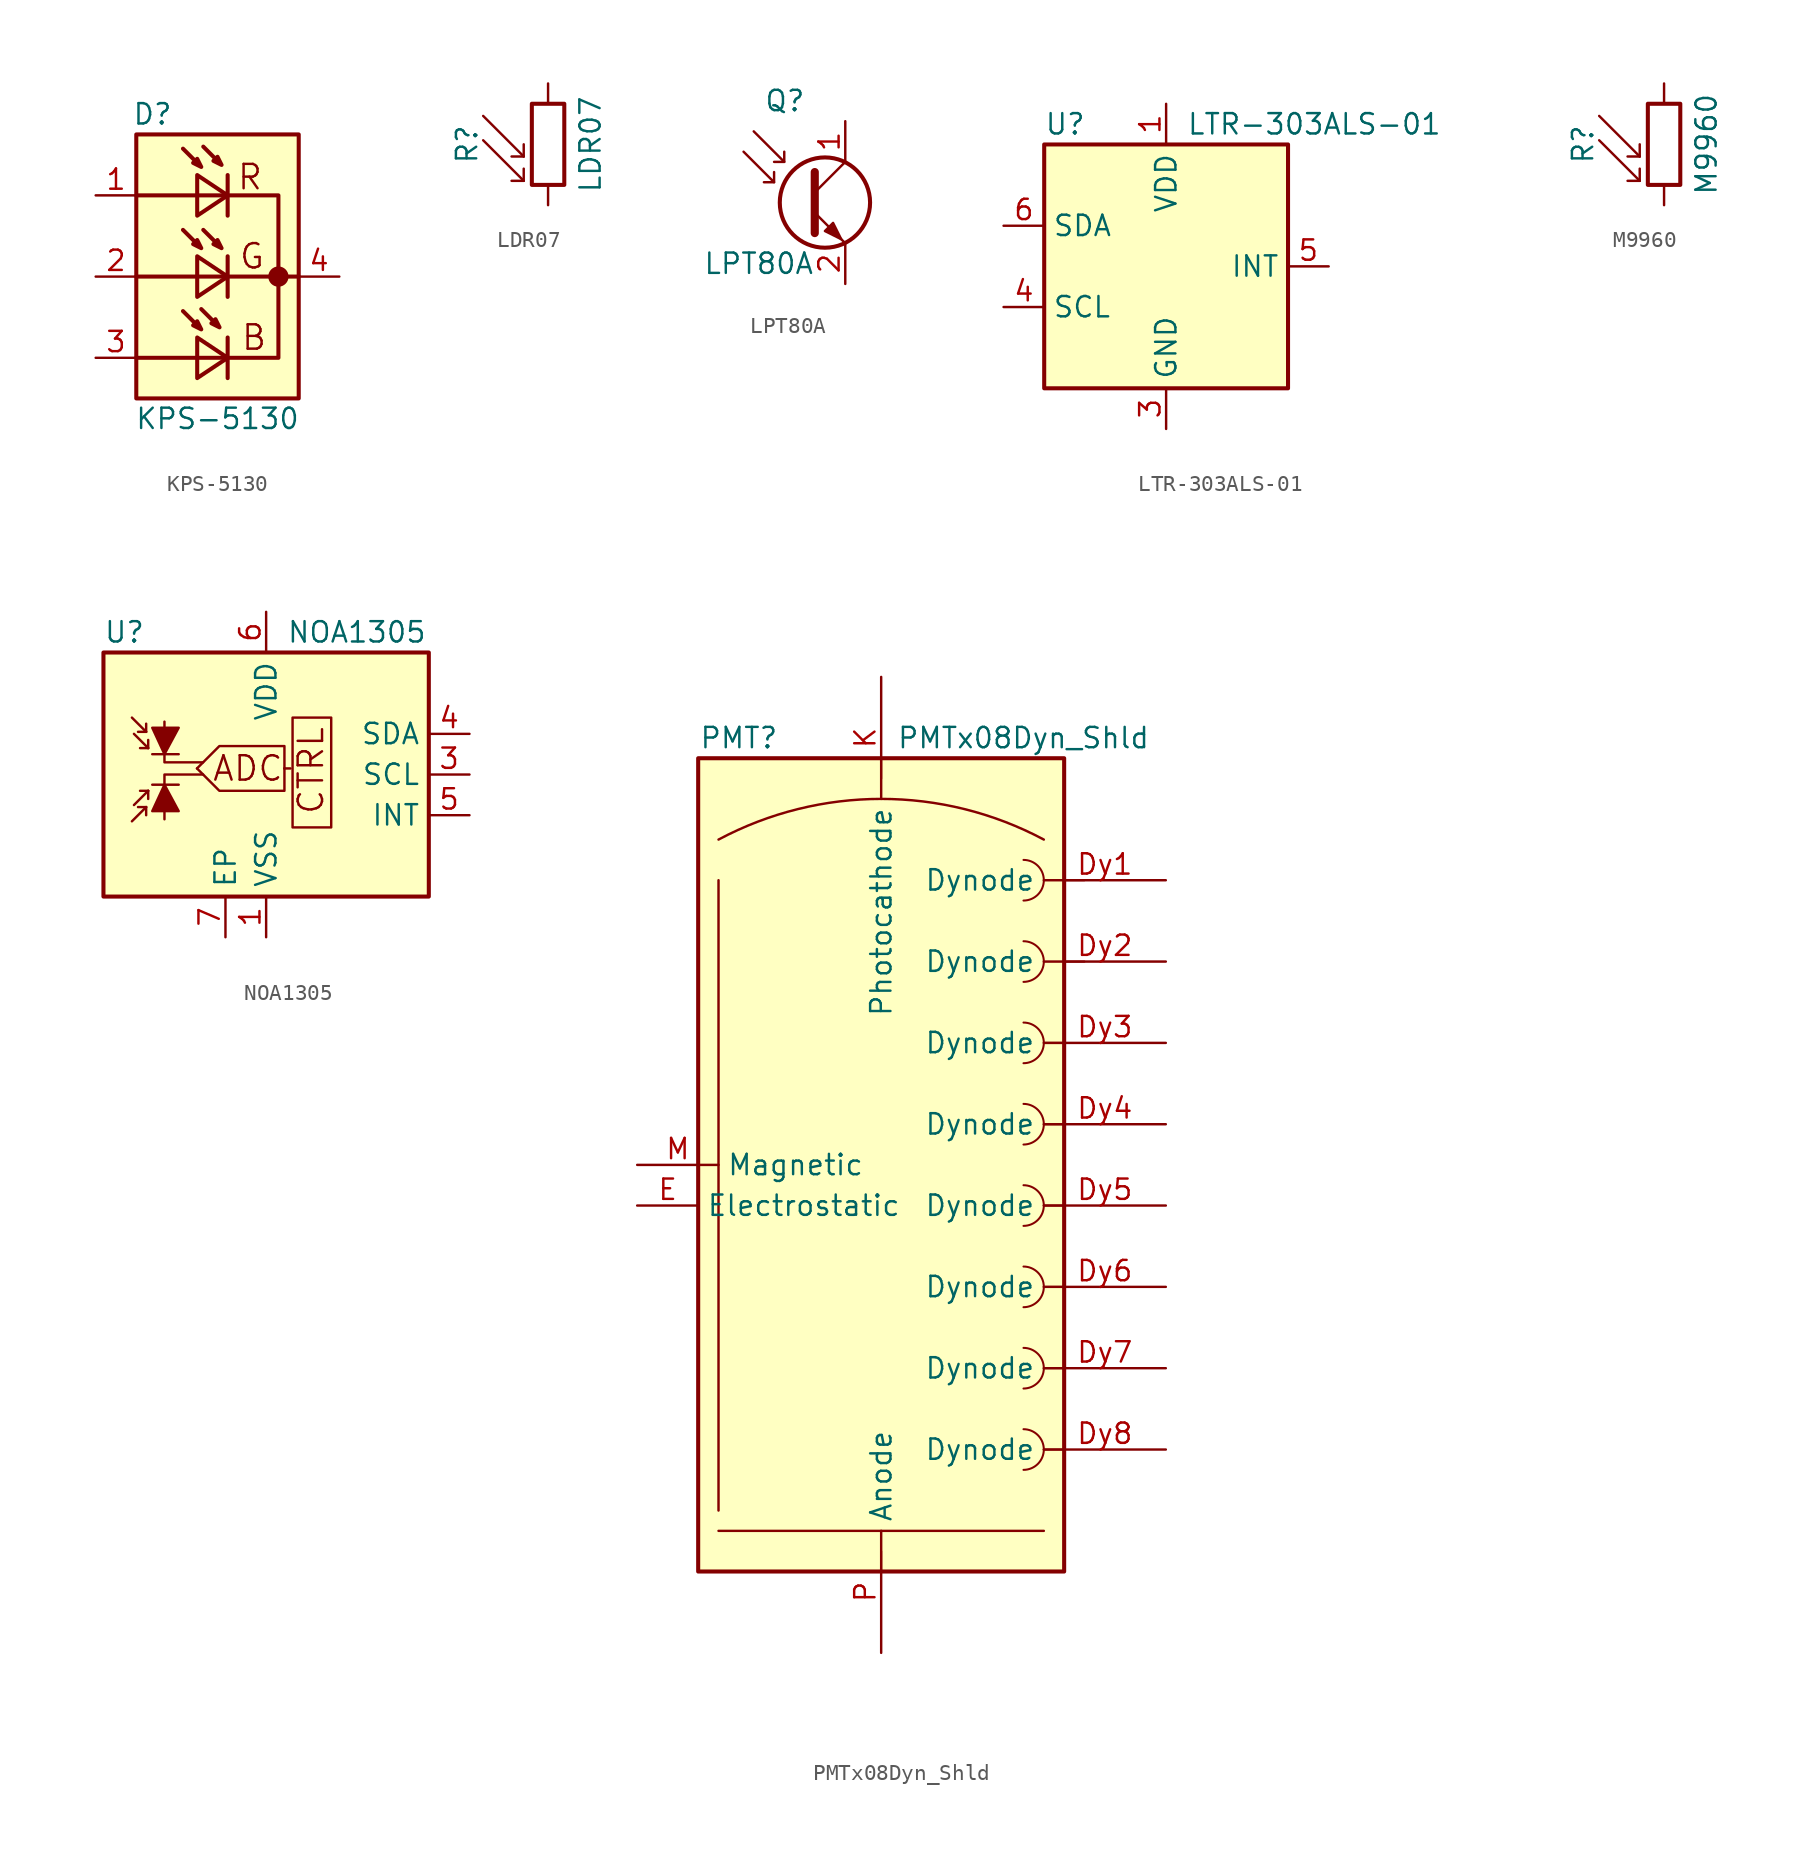
<source format=kicad_sym>
(kicad_symbol_lib
  (version 20231120)
  (generator "kicad_symbol_editor")
  (generator_version "8.0")
  (symbol "KPS-5130"
    (pin_names hide)
    (property "Reference" "D"
      (at -4.064 10.16 0)
      (effects (font (size 1.27 1.27))))
    (property "Value" "KPS-5130"
      (at 0 -8.89 0)
      (effects (font (size 1.27 1.27))))
    (symbol "KPS-5130_0_0"
      (text "B" (at 2.286 -3.81 0) (effects (font (size 1.524 1.524))))
      (text "G" (at 2.159 1.27 0) (effects (font (size 1.524 1.524))))
      (text "R" (at 2.032 6.223 0) (effects (font (size 1.524 1.524)))))
    (symbol "KPS-5130_0_1"
      (polyline (pts (xy 5.08 0) (xy -5.08 0)) (stroke (width 0.254) (type default)) (fill (type none)))
      (polyline (pts (xy -5.08 5.08) (xy 3.81 5.08) (xy 3.81 -5.08) (xy -5.08 -5.08)) (stroke (width 0.254) (type default)) (fill (type none)))
      (polyline (pts (xy -2.159 -2.159) (xy -1.016 -3.302) (xy -1.27 -2.794) (xy -1.524 -3.048) (xy -1.016 -3.302)) (stroke (width 0.254) (type default)) (fill (type none)))
      (polyline (pts (xy -2.159 2.921) (xy -1.016 1.778) (xy -1.27 2.286) (xy -1.524 2.032) (xy -1.016 1.778)) (stroke (width 0.254) (type default)) (fill (type none)))
      (polyline (pts (xy -2.159 8.001) (xy -1.016 6.858) (xy -1.27 7.366) (xy -1.524 7.112) (xy -1.016 6.858)) (stroke (width 0.254) (type default)) (fill (type none)))
      (polyline (pts (xy -1.016 -2.032) (xy 0.127 -3.175) (xy -0.127 -2.667) (xy -0.381 -2.921) (xy 0.127 -3.175)) (stroke (width 0.254) (type default)) (fill (type none)))
      (polyline (pts (xy -0.889 2.921) (xy 0.254 1.778) (xy 0 2.286) (xy -0.254 2.032) (xy 0.254 1.778)) (stroke (width 0.254) (type default)) (fill (type none)))
      (polyline (pts (xy -0.889 8.128) (xy 0.254 6.985) (xy 0 7.493) (xy -0.254 7.239) (xy 0.254 6.985)) (stroke (width 0.254) (type default)) (fill (type none)))
      (polyline (pts (xy 0.635 -3.81) (xy 0.635 -6.35) (xy 0.635 -5.08) (xy -1.27 -3.81) (xy -1.27 -6.35) (xy 0.635 -5.08)) (stroke (width 0.254) (type default)) (fill (type none)))
      (polyline (pts (xy 0.635 1.27) (xy 0.635 -1.27) (xy 0.635 0) (xy -1.27 1.27) (xy -1.27 -1.27) (xy 0.635 0)) (stroke (width 0.254) (type default)) (fill (type none)))
      (polyline (pts (xy 0.635 6.35) (xy 0.635 3.81) (xy 0.635 5.08) (xy -1.27 6.35) (xy -1.27 3.81) (xy 0.635 5.08)) (stroke (width 0.254) (type default)) (fill (type none)))
      (circle (center 3.81 0) (radius 0.508) (stroke (width 0.254) (type default)) (fill (type outline))))
    (symbol "KPS-5130_1_1"
      (rectangle (start 5.08 8.89) (end -5.08 -7.62) (stroke (width 0.254) (type default)) (fill (type background)))
      (pin passive line (at -7.62 5.08 0) (length 2.54) (name "AR" (effects (font (size 1.27 1.27)))) (number "1" (effects (font (size 1.27 1.27)))))
      (pin passive line (at -7.62 0 0) (length 2.54) (name "AG" (effects (font (size 1.27 1.27)))) (number "2" (effects (font (size 1.27 1.27)))))
      (pin passive line (at -7.62 -5.08 0) (length 2.54) (name "AB" (effects (font (size 1.27 1.27)))) (number "3" (effects (font (size 1.27 1.27)))))
      (pin passive line (at 7.62 0 180) (length 2.54) (name "C" (effects (font (size 1.27 1.27)))) (number "4" (effects (font (size 1.27 1.27)))))))
  (symbol "LDR07"
    (pin_numbers hide)
    (pin_names
      (offset 0))
    (property "Reference" "R"
      (at -5.08 0 90)
      (effects (font (size 1.27 1.27))))
    (property "Value" "LDR07"
      (at 1.905 0 90)
      (effects (font (size 1.27 1.27)) (justify top)))
    (symbol "LDR07_0_1"
      (rectangle (start -1.016 2.54) (end 1.016 -2.54) (stroke (width 0.254) (type default)) (fill (type none)))
      (polyline (pts (xy -1.524 -2.286) (xy -4.064 0.254)) (stroke (width 0) (type default)) (fill (type none)))
      (polyline (pts (xy -1.524 -2.286) (xy -2.286 -2.286)) (stroke (width 0) (type default)) (fill (type none)))
      (polyline (pts (xy -1.524 -2.286) (xy -1.524 -1.524)) (stroke (width 0) (type default)) (fill (type none)))
      (polyline (pts (xy -1.524 -0.762) (xy -4.064 1.778)) (stroke (width 0) (type default)) (fill (type none)))
      (polyline (pts (xy -1.524 -0.762) (xy -2.286 -0.762)) (stroke (width 0) (type default)) (fill (type none)))
      (polyline (pts (xy -1.524 -0.762) (xy -1.524 0)) (stroke (width 0) (type default)) (fill (type none))))
    (symbol "LDR07_1_1"
      (pin passive line (at 0 3.81 270) (length 1.27) (name "~" (effects (font (size 1.27 1.27)))) (number "1" (effects (font (size 1.27 1.27)))))
      (pin passive line (at 0 -3.81 90) (length 1.27) (name "~" (effects (font (size 1.27 1.27)))) (number "2" (effects (font (size 1.27 1.27)))))))
  (symbol "LPT80A"
    (pin_names hide)
    (property "Reference" "Q"
      (at -5.08 6.35 0)
      (effects (font (size 1.27 1.27)) (justify left)))
    (property "Value" "LPT80A"
      (at -8.89 -3.81 0)
      (effects (font (size 1.27 1.27)) (justify left)))
    (symbol "LPT80A_0_1"
      (circle (center -1.27 0) (radius 2.819) (stroke (width 0.254) (type default)) (fill (type none)))
      (polyline (pts (xy -4.445 1.27) (xy -5.08 1.27)) (stroke (width 0) (type default)) (fill (type none)))
      (polyline (pts (xy -3.81 2.54) (xy -4.445 2.54)) (stroke (width 0) (type default)) (fill (type none)))
      (polyline (pts (xy -1.905 0.635) (xy 0 2.54)) (stroke (width 0) (type default)) (fill (type none)))
      (polyline (pts (xy -6.35 3.175) (xy -4.445 1.27) (xy -4.445 1.905)) (stroke (width 0) (type default)) (fill (type none)))
      (polyline (pts (xy -5.715 4.445) (xy -3.81 2.54) (xy -3.81 3.175)) (stroke (width 0) (type default)) (fill (type none)))
      (polyline (pts (xy -1.905 -0.635) (xy 0 -2.54) (xy 0 -2.54)) (stroke (width 0) (type default)) (fill (type none)))
      (polyline (pts (xy -1.905 1.905) (xy -1.905 -1.905) (xy -1.905 -1.905)) (stroke (width 0.508) (type default)) (fill (type none)))
      (polyline (pts (xy -1.27 -1.778) (xy -0.762 -1.27) (xy -0.254 -2.286) (xy -1.27 -1.778) (xy -1.27 -1.778)) (stroke (width 0) (type default)) (fill (type outline))))
    (symbol "LPT80A_1_1"
      (pin passive line (at 0 5.08 270) (length 2.54) (name "C" (effects (font (size 1.27 1.27)))) (number "1" (effects (font (size 1.27 1.27)))))
      (pin passive line (at 0 -5.08 90) (length 2.54) (name "E" (effects (font (size 1.27 1.27)))) (number "2" (effects (font (size 1.27 1.27)))))))
  (symbol "LTR-303ALS-01"
    (property "Reference" "U"
      (at -7.62 8.89 0)
      (effects (font (size 1.27 1.27)) (justify left)))
    (property "Value" "LTR-303ALS-01"
      (at 1.27 8.89 0)
      (effects (font (size 1.27 1.27)) (justify left)))
    (symbol "LTR-303ALS-01_0_1"
      (rectangle (start -7.62 7.62) (end 7.62 -7.62) (stroke (width 0.254) (type default)) (fill (type background))))
    (symbol "LTR-303ALS-01_1_1"
      (pin power_in line (at 0 10.16 270) (length 2.54) (name "VDD" (effects (font (size 1.27 1.27)))) (number "1" (effects (font (size 1.27 1.27)))))
      (pin no_connect line (at 7.62 -2.54 180) (length 2.54) hide (name "NC" (effects (font (size 1.27 1.27)))) (number "2" (effects (font (size 1.27 1.27)))))
      (pin power_in line (at 0 -10.16 90) (length 2.54) (name "GND" (effects (font (size 1.27 1.27)))) (number "3" (effects (font (size 1.27 1.27)))))
      (pin input line (at -10.16 -2.54 0) (length 2.54) (name "SCL" (effects (font (size 1.27 1.27)))) (number "4" (effects (font (size 1.27 1.27)))))
      (pin open_collector line (at 10.16 0 180) (length 2.54) (name "INT" (effects (font (size 1.27 1.27)))) (number "5" (effects (font (size 1.27 1.27)))))
      (pin bidirectional line (at -10.16 2.54 0) (length 2.54) (name "SDA" (effects (font (size 1.27 1.27)))) (number "6" (effects (font (size 1.27 1.27)))))))
  (symbol "M9960"
    (pin_numbers hide)
    (pin_names
      (offset 0))
    (property "Reference" "R"
      (at -5.08 0 90)
      (effects (font (size 1.27 1.27))))
    (property "Value" "M9960"
      (at 1.905 0 90)
      (effects (font (size 1.27 1.27)) (justify top)))
    (symbol "M9960_0_1"
      (rectangle (start -1.016 2.54) (end 1.016 -2.54) (stroke (width 0.254) (type default)) (fill (type none)))
      (polyline (pts (xy -1.524 -2.286) (xy -4.064 0.254)) (stroke (width 0) (type default)) (fill (type none)))
      (polyline (pts (xy -1.524 -2.286) (xy -2.286 -2.286)) (stroke (width 0) (type default)) (fill (type none)))
      (polyline (pts (xy -1.524 -2.286) (xy -1.524 -1.524)) (stroke (width 0) (type default)) (fill (type none)))
      (polyline (pts (xy -1.524 -0.762) (xy -4.064 1.778)) (stroke (width 0) (type default)) (fill (type none)))
      (polyline (pts (xy -1.524 -0.762) (xy -2.286 -0.762)) (stroke (width 0) (type default)) (fill (type none)))
      (polyline (pts (xy -1.524 -0.762) (xy -1.524 0)) (stroke (width 0) (type default)) (fill (type none))))
    (symbol "M9960_1_1"
      (pin passive line (at 0 3.81 270) (length 1.27) (name "~" (effects (font (size 1.27 1.27)))) (number "1" (effects (font (size 1.27 1.27)))))
      (pin passive line (at 0 -3.81 90) (length 1.27) (name "~" (effects (font (size 1.27 1.27)))) (number "2" (effects (font (size 1.27 1.27)))))))
  (symbol "NOA1305"
    (property "Reference" "U"
      (at -10.16 8.89 0)
      (effects (font (size 1.27 1.27)) (justify left)))
    (property "Value" "NOA1305"
      (at 1.27 8.89 0)
      (effects (font (size 1.27 1.27)) (justify left)))
    (symbol "NOA1305_0_0"
      (polyline (pts (xy 1.143 0.381) (xy 1.524 0.381)) (stroke (width 0) (type default)) (fill (type none)))
      (polyline (pts (xy -6.35 -2.794) (xy -6.35 0) (xy -3.937 0)) (stroke (width 0) (type default)) (fill (type none)))
      (polyline (pts (xy -6.35 3.302) (xy -6.35 0.762) (xy -3.937 0.762)) (stroke (width 0) (type default)) (fill (type none)))
      (polyline (pts (xy -4.318 0.381) (xy -2.921 -1.016) (xy 1.143 -1.016) (xy 1.143 0.381)) (stroke (width 0) (type default)) (fill (type none)))
      (polyline (pts (xy -4.318 0.381) (xy -2.921 1.778) (xy 1.143 1.778) (xy 1.143 0.381)) (stroke (width 0) (type default)) (fill (type none)))
      (rectangle (start 1.651 3.556) (end 4.064 -3.302) (stroke (width 0) (type default)) (fill (type none)))
      (text "ADC" (at -1.143 0.381 0) (effects (font (size 1.524 1.524))))
      (text "CTRL" (at 2.794 0.254 900) (effects (font (size 1.524 1.524)))))
    (symbol "NOA1305_0_1"
      (polyline (pts (xy -7.493 -2.032) (xy -8.382 -2.921)) (stroke (width 0) (type default)) (fill (type none)))
      (polyline (pts (xy -7.493 -2.032) (xy -8.001 -2.032)) (stroke (width 0) (type default)) (fill (type none)))
      (polyline (pts (xy -7.493 -2.032) (xy -7.493 -2.54)) (stroke (width 0) (type default)) (fill (type none)))
      (polyline (pts (xy -7.493 2.667) (xy -8.382 3.556)) (stroke (width 0) (type default)) (fill (type none)))
      (polyline (pts (xy -7.493 2.667) (xy -8.001 2.667)) (stroke (width 0) (type default)) (fill (type none)))
      (polyline (pts (xy -7.493 2.667) (xy -7.493 3.175)) (stroke (width 0) (type default)) (fill (type none)))
      (polyline (pts (xy -7.366 -1.016) (xy -8.255 -1.905)) (stroke (width 0) (type default)) (fill (type none)))
      (polyline (pts (xy -7.366 -1.016) (xy -7.874 -1.016)) (stroke (width 0) (type default)) (fill (type none)))
      (polyline (pts (xy -7.366 -1.016) (xy -7.366 -1.524)) (stroke (width 0) (type default)) (fill (type none)))
      (polyline (pts (xy -7.366 1.651) (xy -8.255 2.54)) (stroke (width 0) (type default)) (fill (type none)))
      (polyline (pts (xy -7.366 1.651) (xy -7.874 1.651)) (stroke (width 0) (type default)) (fill (type none)))
      (polyline (pts (xy -7.366 1.651) (xy -7.366 2.159)) (stroke (width 0) (type default)) (fill (type none)))
      (polyline (pts (xy -7.112 -0.635) (xy -5.461 -0.635)) (stroke (width 0) (type default)) (fill (type none)))
      (polyline (pts (xy -7.112 1.27) (xy -5.461 1.27)) (stroke (width 0) (type default)) (fill (type none)))
      (polyline (pts (xy -7.112 -2.286) (xy -5.461 -2.286) (xy -6.35 -0.635) (xy -7.112 -2.286)) (stroke (width 0) (type default)) (fill (type outline)))
      (polyline (pts (xy -7.112 2.921) (xy -5.461 2.921) (xy -6.35 1.27) (xy -7.112 2.921)) (stroke (width 0) (type default)) (fill (type outline)))
      (rectangle (start 10.16 7.62) (end -10.16 -7.62) (stroke (width 0.254) (type default)) (fill (type background))))
    (symbol "NOA1305_1_1"
      (pin power_in line (at 0 -10.16 90) (length 2.54) (name "VSS" (effects (font (size 1.27 1.27)))) (number "1" (effects (font (size 1.27 1.27)))))
      (pin no_connect line (at -10.16 5.08 0) (length 2.54) hide (name "NC" (effects (font (size 1.27 1.27)))) (number "2" (effects (font (size 1.27 1.27)))))
      (pin input line (at 12.7 0 180) (length 2.54) (name "SCL" (effects (font (size 1.27 1.27)))) (number "3" (effects (font (size 1.27 1.27)))))
      (pin bidirectional line (at 12.7 2.54 180) (length 2.54) (name "SDA" (effects (font (size 1.27 1.27)))) (number "4" (effects (font (size 1.27 1.27)))))
      (pin open_collector line (at 12.7 -2.54 180) (length 2.54) (name "INT" (effects (font (size 1.27 1.27)))) (number "5" (effects (font (size 1.27 1.27)))))
      (pin power_in line (at 0 10.16 270) (length 2.54) (name "VDD" (effects (font (size 1.27 1.27)))) (number "6" (effects (font (size 1.27 1.27)))))
      (pin passive line (at -2.54 -10.16 90) (length 2.54) (name "EP" (effects (font (size 1.27 1.27)))) (number "7" (effects (font (size 1.27 1.27)))))))
  (symbol "PMTx08Dyn_Shld"
    (property "Reference" "PMT"
      (at -8.89 26.67 0)
      (effects (font (size 1.27 1.27))))
    (property "Value" "PMTx08Dyn_Shld"
      (at 8.89 26.67 0)
      (effects (font (size 1.27 1.27))))
    (symbol "PMTx08Dyn_Shld_0_1"
      (polyline (pts (xy -10.16 17.78) (xy -10.16 -21.59)) (stroke (width 0) (type default)) (fill (type none)))
      (polyline (pts (xy 0 -25.4) (xy 0 -24.13)) (stroke (width 0.127) (type default)) (fill (type none)))
      (polyline (pts (xy 0 25.4) (xy 0 24.13)) (stroke (width 0.127) (type default)) (fill (type none)))
      (polyline (pts (xy 10.16 -22.86) (xy -10.16 -22.86)) (stroke (width 0) (type default)) (fill (type none)))
      (polyline (pts (xy 11.43 -17.78) (xy 10.16 -17.78)) (stroke (width 0.127) (type default)) (fill (type none)))
      (polyline (pts (xy 11.43 -12.7) (xy 10.16 -12.7)) (stroke (width 0.127) (type default)) (fill (type none)))
      (polyline (pts (xy 11.43 -7.62) (xy 10.16 -7.62)) (stroke (width 0.127) (type default)) (fill (type none)))
      (polyline (pts (xy 11.43 -2.54) (xy 10.16 -2.54)) (stroke (width 0.127) (type default)) (fill (type none)))
      (polyline (pts (xy 11.43 2.54) (xy 10.16 2.54)) (stroke (width 0.127) (type default)) (fill (type none)))
      (polyline (pts (xy 11.43 7.62) (xy 10.16 7.62)) (stroke (width 0.127) (type default)) (fill (type none)))
      (polyline (pts (xy 12.7 12.7) (xy 11.43 12.7)) (stroke (width 0.127) (type default)) (fill (type none)))
      (polyline (pts (xy 12.7 17.78) (xy 11.43 17.78)) (stroke (width 0.127) (type default)) (fill (type none)))
      (arc (start 8.89 -19.05) (mid 10.1545 -17.78) (end 8.89 -16.51) (stroke (width 0.127) (type default)) (fill (type none)))
      (arc (start 8.89 -13.97) (mid 10.1545 -12.7) (end 8.89 -11.43) (stroke (width 0.127) (type default)) (fill (type none)))
      (arc (start 8.89 -8.89) (mid 10.1545 -7.62) (end 8.89 -6.35) (stroke (width 0.127) (type default)) (fill (type none)))
      (arc (start 8.89 -3.81) (mid 10.1545 -2.54) (end 8.89 -1.27) (stroke (width 0.127) (type default)) (fill (type none)))
      (arc (start 8.89 1.27) (mid 10.1545 2.54) (end 8.89 3.81) (stroke (width 0.127) (type default)) (fill (type none)))
      (arc (start 8.89 6.35) (mid 10.1545 7.62) (end 8.89 8.89) (stroke (width 0.127) (type default)) (fill (type none)))
      (arc (start 8.89 11.43) (mid 10.1545 12.7) (end 8.89 13.97) (stroke (width 0.127) (type default)) (fill (type none)))
      (arc (start 8.89 16.51) (mid 10.1545 17.78) (end 8.89 19.05) (stroke (width 0.127) (type default)) (fill (type none)))
      (arc (start 10.16 20.32) (mid 0 22.86) (end -10.16 20.32) (stroke (width 0) (type default)) (fill (type none)))
      (rectangle (start 11.43 -25.4) (end -11.43 25.4) (stroke (width 0.254) (type default)) (fill (type background))))
    (symbol "PMTx08Dyn_Shld_1_1"
      (pin passive line (at 17.78 17.78 180) (length 7.62) (name "Dynode" (effects (font (size 1.27 1.27)))) (number "Dy1" (effects (font (size 1.27 1.27)))))
      (pin passive line (at 17.78 12.7 180) (length 7.62) (name "Dynode" (effects (font (size 1.27 1.27)))) (number "Dy2" (effects (font (size 1.27 1.27)))))
      (pin passive line (at 17.78 7.62 180) (length 7.62) (name "Dynode" (effects (font (size 1.27 1.27)))) (number "Dy3" (effects (font (size 1.27 1.27)))))
      (pin passive line (at 17.78 2.54 180) (length 7.62) (name "Dynode" (effects (font (size 1.27 1.27)))) (number "Dy4" (effects (font (size 1.27 1.27)))))
      (pin passive line (at 17.78 -2.54 180) (length 7.62) (name "Dynode" (effects (font (size 1.27 1.27)))) (number "Dy5" (effects (font (size 1.27 1.27)))))
      (pin passive line (at 17.78 -7.62 180) (length 7.62) (name "Dynode" (effects (font (size 1.27 1.27)))) (number "Dy6" (effects (font (size 1.27 1.27)))))
      (pin passive line (at 17.78 -12.7 180) (length 7.62) (name "Dynode" (effects (font (size 1.27 1.27)))) (number "Dy7" (effects (font (size 1.27 1.27)))))
      (pin passive line (at 17.78 -17.78 180) (length 7.62) (name "Dynode" (effects (font (size 1.27 1.27)))) (number "Dy8" (effects (font (size 1.27 1.27)))))
      (pin passive line (at -15.24 -2.54 0) (length 3.81) (name "Electrostatic" (effects (font (size 1.27 1.27)))) (number "E" (effects (font (size 1.27 1.27)))))
      (pin passive line (at 0 30.48 270) (length 7.62) (name "Photocathode" (effects (font (size 1.27 1.27)))) (number "K" (effects (font (size 1.27 1.27)))))
      (pin passive line (at -15.24 0 0) (length 5.08) (name "Magnetic" (effects (font (size 1.27 1.27)))) (number "M" (effects (font (size 1.27 1.27)))))
      (pin passive line (at 0 -30.48 90) (length 7.62) (name "Anode" (effects (font (size 1.27 1.27)))) (number "P" (effects (font (size 1.27 1.27))))))))
</source>
